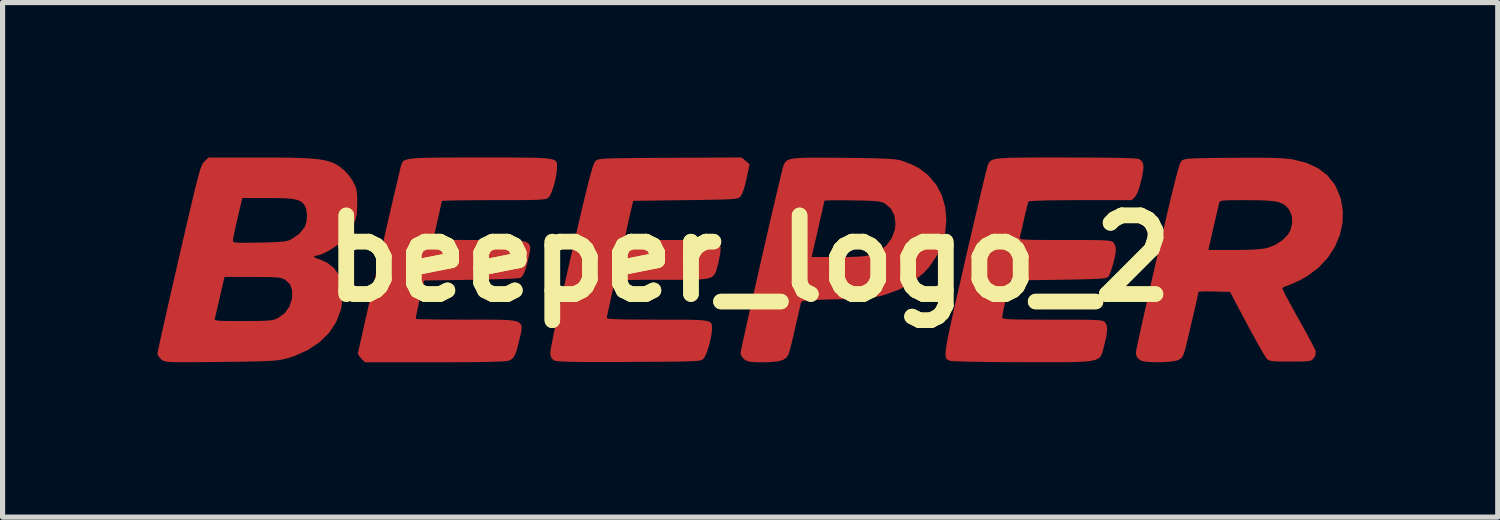
<source format=kicad_pcb>
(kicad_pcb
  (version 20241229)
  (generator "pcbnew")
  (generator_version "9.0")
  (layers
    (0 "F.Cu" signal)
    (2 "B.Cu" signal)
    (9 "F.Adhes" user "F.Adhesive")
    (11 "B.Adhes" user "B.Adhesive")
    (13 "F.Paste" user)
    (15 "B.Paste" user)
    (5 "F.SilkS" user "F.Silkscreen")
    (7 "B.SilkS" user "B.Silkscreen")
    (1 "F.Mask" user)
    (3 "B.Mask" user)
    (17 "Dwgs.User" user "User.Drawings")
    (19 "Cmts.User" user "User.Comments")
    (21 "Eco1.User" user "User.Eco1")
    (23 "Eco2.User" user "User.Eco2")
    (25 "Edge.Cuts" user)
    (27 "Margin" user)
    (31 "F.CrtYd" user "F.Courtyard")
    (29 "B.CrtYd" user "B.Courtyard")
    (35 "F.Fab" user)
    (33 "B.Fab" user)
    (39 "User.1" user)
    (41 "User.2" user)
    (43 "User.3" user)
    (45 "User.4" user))
  (footprint "beeper_logo_2"
    (layer "F.Cu")
    (at 11.46 1.957)
    (property "Reference" "beeper_logo_2" (at 0 0 0) (layer "F.SilkS") (effects (font (size 1.524 1.524) (thickness 0.3))))
    (attr board_only exclude_from_pos_files exclude_from_bom)
    (fp_poly (pts (xy 1.651 -1.951) (xy 1.842 -1.949) (xy 2.108 -1.946) (xy 2.325 -1.943) (xy 2.499 -1.939) (xy 2.637 -1.934) (xy 2.743 -1.928) (xy 2.826 -1.92) (xy 2.89 -1.911) (xy 2.942 -1.899) (xy 2.975 -1.889) (xy 3.155 -1.821) (xy 3.3 -1.744) (xy 3.432 -1.644) (xy 3.478 -1.603) (xy 3.628 -1.426) (xy 3.735 -1.223) (xy 3.8 -1) (xy 3.822 -0.764) (xy 3.803 -0.524) (xy 3.742 -0.285) (xy 3.639 -0.055) (xy 3.496 0.158) (xy 3.391 0.274) (xy 3.167 0.459) (xy 2.906 0.604) (xy 2.606 0.711) (xy 2.576 0.719) (xy 2.494 0.738) (xy 2.407 0.753) (xy 2.306 0.765) (xy 2.183 0.775) (xy 2.028 0.782) (xy 1.833 0.788) (xy 1.688 0.791) (xy 1.477 0.797) (xy 1.314 0.802) (xy 1.194 0.807) (xy 1.11 0.814) (xy 1.055 0.822) (xy 1.024 0.833) (xy 1.01 0.846) (xy 1.008 0.851) (xy 0.998 0.892) (xy 0.978 0.976) (xy 0.951 1.095) (xy 0.919 1.236) (xy 0.896 1.336) (xy 0.861 1.491) (xy 0.827 1.632) (xy 0.797 1.749) (xy 0.774 1.829) (xy 0.766 1.856) (xy 0.726 1.919) (xy 0.661 1.964) (xy 0.562 1.992) (xy 0.423 2.007) (xy 0.266 2.011) (xy 0.132 2.01) (xy 0.041 2.004) (xy -0.021 1.993) (xy -0.066 1.973) (xy -0.093 1.954) (xy -0.143 1.898) (xy -0.165 1.842) (xy -0.165 1.84) (xy -0.159 1.803) (xy -0.142 1.718) (xy -0.115 1.591) (xy -0.078 1.426) (xy -0.035 1.229) (xy 0.015 1.006) (xy 0.07 0.762) (xy 0.129 0.503) (xy 0.19 0.234) (xy 0.249 -0.028) (xy 1.211 -0.028) (xy 1.716 -0.028) (xy 1.932 -0.029) (xy 2.1 -0.035) (xy 2.227 -0.044) (xy 2.321 -0.059) (xy 2.359 -0.068) (xy 2.525 -0.143) (xy 2.663 -0.256) (xy 2.765 -0.397) (xy 2.825 -0.558) (xy 2.837 -0.671) (xy 2.816 -0.832) (xy 2.751 -0.961) (xy 2.649 -1.053) (xy 2.611 -1.075) (xy 2.571 -1.091) (xy 2.519 -1.103) (xy 2.449 -1.111) (xy 2.35 -1.117) (xy 2.214 -1.121) (xy 2.033 -1.124) (xy 2.004 -1.125) (xy 1.838 -1.127) (xy 1.692 -1.127) (xy 1.575 -1.126) (xy 1.495 -1.123) (xy 1.461 -1.119) (xy 1.46 -1.119) (xy 1.454 -1.089) (xy 1.438 -1.015) (xy 1.414 -0.907) (xy 1.383 -0.772) (xy 1.349 -0.621) (xy 1.313 -0.463) (xy 1.277 -0.308) (xy 1.243 -0.164) (xy 1.226 -0.09) (xy 1.211 -0.028) (xy 0.249 -0.028) (xy 0.252 -0.039) (xy 0.314 -0.311) (xy 0.375 -0.576) (xy 0.434 -0.829) (xy 0.489 -1.064) (xy 0.539 -1.277) (xy 0.582 -1.46) (xy 0.618 -1.61) (xy 0.645 -1.72) (xy 0.662 -1.785) (xy 0.667 -1.799) (xy 0.684 -1.839) (xy 0.705 -1.872) (xy 0.736 -1.899) (xy 0.781 -1.919) (xy 0.845 -1.934) (xy 0.935 -1.944) (xy 1.055 -1.95) (xy 1.211 -1.953) (xy 1.408 -1.953)) (stroke (width 0) (type solid)) (fill yes) (layer "F.Cu"))
    (fp_poly (pts (xy -0.066 -1.891) (xy 0.011 -1.825) (xy -0.05 -1.539) (xy -0.09 -1.376) (xy -0.13 -1.262) (xy -0.167 -1.199) (xy -0.167 -1.198) (xy -0.183 -1.184) (xy -0.205 -1.172) (xy -0.238 -1.163) (xy -0.287 -1.155) (xy -0.359 -1.149) (xy -0.457 -1.144) (xy -0.589 -1.14) (xy -0.759 -1.137) (xy -0.973 -1.133) (xy -1.233 -1.13) (xy -2.243 -1.116) (xy -2.319 -0.799) (xy -2.349 -0.668) (xy -2.373 -0.552) (xy -2.39 -0.465) (xy -2.396 -0.42) (xy -2.397 -0.358) (xy -1.522 -0.358) (xy -1.307 -0.357) (xy -1.109 -0.355) (xy -0.935 -0.352) (xy -0.792 -0.348) (xy -0.687 -0.344) (xy -0.626 -0.339) (xy -0.615 -0.336) (xy -0.57 -0.289) (xy -0.55 -0.215) (xy -0.555 -0.108) (xy -0.585 0.041) (xy -0.591 0.067) (xy -0.613 0.157) (xy -0.632 0.23) (xy -0.655 0.288) (xy -0.686 0.332) (xy -0.732 0.365) (xy -0.797 0.387) (xy -0.889 0.401) (xy -1.012 0.409) (xy -1.171 0.413) (xy -1.374 0.414) (xy -1.625 0.413) (xy -1.682 0.413) (xy -1.929 0.413) (xy -2.128 0.414) (xy -2.282 0.416) (xy -2.398 0.418) (xy -2.482 0.423) (xy -2.538 0.428) (xy -2.573 0.436) (xy -2.591 0.446) (xy -2.6 0.459) (xy -2.6 0.461) (xy -2.615 0.517) (xy -2.637 0.607) (xy -2.663 0.72) (xy -2.69 0.841) (xy -2.716 0.959) (xy -2.737 1.059) (xy -2.751 1.129) (xy -2.755 1.155) (xy -2.733 1.164) (xy -2.665 1.171) (xy -2.549 1.177) (xy -2.385 1.181) (xy -2.17 1.183) (xy -1.902 1.184) (xy -1.779 1.185) (xy -1.509 1.185) (xy -1.289 1.185) (xy -1.115 1.188) (xy -0.979 1.192) (xy -0.879 1.2) (xy -0.808 1.212) (xy -0.761 1.229) (xy -0.734 1.252) (xy -0.721 1.281) (xy -0.717 1.318) (xy -0.716 1.359) (xy -0.725 1.458) (xy -0.748 1.578) (xy -0.78 1.702) (xy -0.817 1.816) (xy -0.855 1.902) (xy -0.879 1.938) (xy -0.893 1.952) (xy -0.911 1.963) (xy -0.935 1.972) (xy -0.972 1.98) (xy -1.025 1.986) (xy -1.1 1.99) (xy -1.201 1.994) (xy -1.333 1.997) (xy -1.501 1.999) (xy -1.709 2.001) (xy -1.962 2.002) (xy -2.264 2.004) (xy -2.322 2.004) (xy -2.651 2.006) (xy -2.929 2.006) (xy -3.16 2.005) (xy -3.348 2.004) (xy -3.496 2.001) (xy -3.609 1.997) (xy -3.69 1.991) (xy -3.743 1.985) (xy -3.773 1.977) (xy -3.774 1.976) (xy -3.823 1.937) (xy -3.846 1.873) (xy -3.85 1.831) (xy -3.845 1.783) (xy -3.828 1.684) (xy -3.8 1.539) (xy -3.761 1.35) (xy -3.712 1.122) (xy -3.653 0.857) (xy -3.587 0.559) (xy -3.513 0.232) (xy -3.448 -0.05) (xy -3.364 -0.414) (xy -3.291 -0.727) (xy -3.228 -0.994) (xy -3.174 -1.218) (xy -3.129 -1.402) (xy -3.091 -1.55) (xy -3.059 -1.667) (xy -3.034 -1.754) (xy -3.012 -1.816) (xy -2.995 -1.857) (xy -2.981 -1.88) (xy -2.979 -1.882) (xy -2.964 -1.896) (xy -2.948 -1.907) (xy -2.924 -1.916) (xy -2.888 -1.924) (xy -2.836 -1.93) (xy -2.763 -1.935) (xy -2.664 -1.939) (xy -2.534 -1.942) (xy -2.37 -1.944) (xy -2.165 -1.946) (xy -1.916 -1.948) (xy -1.618 -1.949) (xy -1.531 -1.95) (xy -0.143 -1.957)) (stroke (width 0) (type solid)) (fill yes) (layer "F.Cu"))
    (fp_poly (pts (xy -4.605 -1.956) (xy -4.379 -1.954) (xy -4.195 -1.952) (xy -4.049 -1.947) (xy -3.936 -1.94) (xy -3.852 -1.929) (xy -3.793 -1.915) (xy -3.755 -1.897) (xy -3.733 -1.874) (xy -3.722 -1.846) (xy -3.719 -1.812) (xy -3.719 -1.772) (xy -3.719 -1.768) (xy -3.728 -1.66) (xy -3.75 -1.535) (xy -3.782 -1.409) (xy -3.82 -1.297) (xy -3.858 -1.213) (xy -3.885 -1.178) (xy -3.905 -1.166) (xy -3.932 -1.155) (xy -3.972 -1.147) (xy -4.032 -1.141) (xy -4.115 -1.136) (xy -4.229 -1.133) (xy -4.378 -1.131) (xy -4.568 -1.13) (xy -4.805 -1.13) (xy -4.948 -1.13) (xy -5.177 -1.129) (xy -5.387 -1.128) (xy -5.573 -1.126) (xy -5.729 -1.123) (xy -5.848 -1.12) (xy -5.924 -1.117) (xy -5.951 -1.113) (xy -5.951 -1.113) (xy -5.956 -1.082) (xy -5.973 -1.007) (xy -5.997 -0.9) (xy -6.026 -0.77) (xy -6.033 -0.739) (xy -6.064 -0.607) (xy -6.089 -0.494) (xy -6.107 -0.413) (xy -6.116 -0.372) (xy -6.116 -0.37) (xy -6.089 -0.367) (xy -6.014 -0.364) (xy -5.897 -0.362) (xy -5.744 -0.36) (xy -5.562 -0.359) (xy -5.358 -0.358) (xy -5.225 -0.358) (xy -4.958 -0.358) (xy -4.742 -0.357) (xy -4.572 -0.354) (xy -4.443 -0.345) (xy -4.349 -0.329) (xy -4.287 -0.304) (xy -4.252 -0.268) (xy -4.238 -0.219) (xy -4.242 -0.154) (xy -4.258 -0.073) (xy -4.282 0.027) (xy -4.284 0.04) (xy -4.323 0.187) (xy -4.359 0.288) (xy -4.397 0.35) (xy -4.432 0.377) (xy -4.47 0.383) (xy -4.555 0.389) (xy -4.682 0.395) (xy -4.844 0.401) (xy -5.034 0.406) (xy -5.244 0.411) (xy -5.385 0.413) (xy -6.293 0.427) (xy -6.38 0.791) (xy -6.41 0.926) (xy -6.434 1.04) (xy -6.449 1.123) (xy -6.453 1.167) (xy -6.452 1.17) (xy -6.422 1.174) (xy -6.343 1.177) (xy -6.222 1.179) (xy -6.065 1.182) (xy -5.878 1.183) (xy -5.667 1.184) (xy -5.468 1.185) (xy -5.19 1.184) (xy -4.963 1.185) (xy -4.782 1.188) (xy -4.642 1.195) (xy -4.539 1.21) (xy -4.469 1.232) (xy -4.426 1.266) (xy -4.406 1.312) (xy -4.405 1.372) (xy -4.418 1.449) (xy -4.441 1.544) (xy -4.46 1.62) (xy -4.495 1.759) (xy -4.527 1.854) (xy -4.561 1.916) (xy -4.602 1.954) (xy -4.656 1.98) (xy -4.659 1.981) (xy -4.709 1.989) (xy -4.81 1.996) (xy -4.961 2.001) (xy -5.165 2.006) (xy -5.421 2.009) (xy -5.73 2.01) (xy -6.094 2.011) (xy -7.441 2.011) (xy -7.508 1.943) (xy -7.554 1.888) (xy -7.576 1.844) (xy -7.576 1.841) (xy -7.57 1.809) (xy -7.553 1.728) (xy -7.525 1.605) (xy -7.489 1.444) (xy -7.446 1.251) (xy -7.396 1.031) (xy -7.341 0.79) (xy -7.282 0.533) (xy -7.221 0.265) (xy -7.159 -0.007) (xy -7.096 -0.28) (xy -7.034 -0.547) (xy -6.975 -0.803) (xy -6.92 -1.042) (xy -6.869 -1.26) (xy -6.824 -1.45) (xy -6.787 -1.608) (xy -6.759 -1.727) (xy -6.74 -1.804) (xy -6.732 -1.831) (xy -6.72 -1.858) (xy -6.703 -1.881) (xy -6.677 -1.9) (xy -6.637 -1.916) (xy -6.579 -1.928) (xy -6.498 -1.938) (xy -6.391 -1.945) (xy -6.251 -1.95) (xy -6.076 -1.953) (xy -5.86 -1.955) (xy -5.599 -1.956) (xy -5.288 -1.956) (xy -5.2 -1.956) (xy -4.877 -1.956)) (stroke (width 0) (type solid)) (fill yes) (layer "F.Cu"))
    (fp_poly (pts (xy 6.482 -1.955) (xy 6.781 -1.954) (xy 7.034 -1.951) (xy 7.239 -1.947) (xy 7.393 -1.942) (xy 7.497 -1.936) (xy 7.547 -1.929) (xy 7.55 -1.928) (xy 7.603 -1.891) (xy 7.633 -1.842) (xy 7.642 -1.771) (xy 7.631 -1.669) (xy 7.601 -1.524) (xy 7.6 -1.522) (xy 7.558 -1.362) (xy 7.516 -1.253) (xy 7.476 -1.192) (xy 7.413 -1.13) (xy 6.422 -1.13) (xy 6.173 -1.129) (xy 5.951 -1.127) (xy 5.761 -1.124) (xy 5.607 -1.119) (xy 5.495 -1.114) (xy 5.43 -1.108) (xy 5.415 -1.104) (xy 5.403 -1.068) (xy 5.382 -0.99) (xy 5.356 -0.882) (xy 5.329 -0.766) (xy 5.3 -0.638) (xy 5.274 -0.526) (xy 5.255 -0.444) (xy 5.245 -0.406) (xy 5.244 -0.393) (xy 5.253 -0.383) (xy 5.278 -0.374) (xy 5.324 -0.368) (xy 5.396 -0.364) (xy 5.501 -0.361) (xy 5.643 -0.359) (xy 5.828 -0.358) (xy 6.061 -0.358) (xy 6.123 -0.358) (xy 6.37 -0.358) (xy 6.567 -0.357) (xy 6.721 -0.356) (xy 6.837 -0.353) (xy 6.922 -0.348) (xy 6.981 -0.342) (xy 7.019 -0.334) (xy 7.044 -0.323) (xy 7.06 -0.31) (xy 7.062 -0.308) (xy 7.096 -0.243) (xy 7.107 -0.177) (xy 7.099 -0.094) (xy 7.077 0.012) (xy 7.047 0.127) (xy 7.014 0.234) (xy 6.981 0.317) (xy 6.957 0.355) (xy 6.939 0.368) (xy 6.907 0.378) (xy 6.856 0.386) (xy 6.781 0.393) (xy 6.676 0.398) (xy 6.535 0.403) (xy 6.354 0.407) (xy 6.125 0.411) (xy 5.985 0.413) (xy 5.057 0.427) (xy 4.981 0.758) (xy 4.952 0.889) (xy 4.927 1.005) (xy 4.911 1.091) (xy 4.904 1.136) (xy 4.904 1.136) (xy 4.907 1.149) (xy 4.919 1.159) (xy 4.947 1.168) (xy 4.994 1.174) (xy 5.067 1.178) (xy 5.17 1.181) (xy 5.31 1.183) (xy 5.491 1.184) (xy 5.719 1.185) (xy 5.877 1.185) (xy 6.136 1.185) (xy 6.345 1.185) (xy 6.509 1.187) (xy 6.636 1.189) (xy 6.73 1.193) (xy 6.796 1.199) (xy 6.841 1.206) (xy 6.87 1.215) (xy 6.889 1.227) (xy 6.897 1.235) (xy 6.928 1.293) (xy 6.937 1.378) (xy 6.924 1.496) (xy 6.888 1.656) (xy 6.878 1.694) (xy 6.86 1.763) (xy 6.845 1.821) (xy 6.826 1.869) (xy 6.801 1.909) (xy 6.764 1.94) (xy 6.71 1.964) (xy 6.636 1.982) (xy 6.538 1.995) (xy 6.409 2.003) (xy 6.246 2.008) (xy 6.045 2.01) (xy 5.8 2.01) (xy 5.508 2.01) (xy 5.289 2.009) (xy 5.021 2.008) (xy 4.769 2.007) (xy 4.538 2.004) (xy 4.333 2.001) (xy 4.161 1.997) (xy 4.026 1.993) (xy 3.935 1.988) (xy 3.894 1.984) (xy 3.893 1.983) (xy 3.866 1.972) (xy 3.843 1.96) (xy 3.825 1.942) (xy 3.813 1.916) (xy 3.807 1.877) (xy 3.808 1.821) (xy 3.815 1.745) (xy 3.831 1.645) (xy 3.855 1.517) (xy 3.888 1.358) (xy 3.93 1.163) (xy 3.983 0.928) (xy 4.046 0.65) (xy 4.121 0.326) (xy 4.187 0.036) (xy 4.258 -0.271) (xy 4.326 -0.564) (xy 4.39 -0.837) (xy 4.449 -1.086) (xy 4.501 -1.307) (xy 4.546 -1.494) (xy 4.582 -1.643) (xy 4.609 -1.75) (xy 4.626 -1.81) (xy 4.63 -1.821) (xy 4.646 -1.851) (xy 4.664 -1.876) (xy 4.687 -1.897) (xy 4.721 -1.913) (xy 4.769 -1.927) (xy 4.838 -1.937) (xy 4.931 -1.944) (xy 5.052 -1.95) (xy 5.207 -1.953) (xy 5.401 -1.955) (xy 5.637 -1.956) (xy 5.92 -1.956) (xy 6.138 -1.956)) (stroke (width 0) (type solid)) (fill yes) (layer "F.Cu"))
    (fp_poly (pts (xy 9.889 -1.952) (xy 10.081 -1.95) (xy 10.236 -1.945) (xy 10.36 -1.939) (xy 10.46 -1.93) (xy 10.535 -1.919) (xy 10.798 -1.852) (xy 11.02 -1.751) (xy 11.2 -1.614) (xy 11.339 -1.442) (xy 11.372 -1.385) (xy 11.463 -1.158) (xy 11.504 -0.922) (xy 11.496 -0.683) (xy 11.443 -0.447) (xy 11.346 -0.22) (xy 11.209 -0.01) (xy 11.032 0.178) (xy 10.819 0.338) (xy 10.703 0.404) (xy 10.594 0.457) (xy 10.495 0.501) (xy 10.423 0.529) (xy 10.407 0.534) (xy 10.352 0.557) (xy 10.331 0.582) (xy 10.344 0.614) (xy 10.38 0.687) (xy 10.437 0.793) (xy 10.509 0.925) (xy 10.593 1.078) (xy 10.647 1.174) (xy 10.738 1.337) (xy 10.82 1.486) (xy 10.889 1.615) (xy 10.941 1.716) (xy 10.973 1.781) (xy 10.979 1.799) (xy 10.972 1.879) (xy 10.941 1.93) (xy 10.918 1.956) (xy 10.891 1.975) (xy 10.852 1.986) (xy 10.79 1.993) (xy 10.696 1.996) (xy 10.561 1.997) (xy 10.486 1.997) (xy 10.327 1.997) (xy 10.214 1.994) (xy 10.138 1.988) (xy 10.087 1.978) (xy 10.054 1.963) (xy 10.03 1.942) (xy 10.003 1.903) (xy 9.954 1.823) (xy 9.888 1.708) (xy 9.809 1.566) (xy 9.72 1.405) (xy 9.646 1.267) (xy 9.317 0.647) (xy 9.011 0.64) (xy 8.889 0.638) (xy 8.79 0.639) (xy 8.725 0.643) (xy 8.705 0.649) (xy 8.699 0.683) (xy 8.683 0.762) (xy 8.658 0.874) (xy 8.627 1.01) (xy 8.592 1.16) (xy 8.556 1.314) (xy 8.521 1.463) (xy 8.489 1.596) (xy 8.463 1.704) (xy 8.444 1.777) (xy 8.441 1.786) (xy 8.411 1.876) (xy 8.376 1.93) (xy 8.323 1.964) (xy 8.306 1.972) (xy 8.233 1.99) (xy 8.125 2.002) (xy 7.997 2.009) (xy 7.864 2.01) (xy 7.741 2.005) (xy 7.644 1.994) (xy 7.59 1.978) (xy 7.522 1.924) (xy 7.495 1.855) (xy 7.494 1.823) (xy 7.5 1.786) (xy 7.517 1.7) (xy 7.545 1.569) (xy 7.582 1.399) (xy 7.628 1.193) (xy 7.681 0.956) (xy 7.74 0.694) (xy 7.804 0.41) (xy 7.873 0.109) (xy 7.906 -0.035) (xy 7.936 -0.165) (xy 8.897 -0.165) (xy 9.399 -0.165) (xy 9.606 -0.167) (xy 9.768 -0.172) (xy 9.893 -0.181) (xy 9.991 -0.194) (xy 10.059 -0.21) (xy 10.204 -0.269) (xy 10.334 -0.356) (xy 10.436 -0.459) (xy 10.486 -0.542) (xy 10.523 -0.688) (xy 10.515 -0.826) (xy 10.463 -0.946) (xy 10.442 -0.972) (xy 10.392 -1.023) (xy 10.334 -1.061) (xy 10.262 -1.09) (xy 10.168 -1.109) (xy 10.043 -1.121) (xy 9.88 -1.127) (xy 9.672 -1.129) (xy 9.633 -1.13) (xy 9.453 -1.129) (xy 9.321 -1.128) (xy 9.229 -1.125) (xy 9.169 -1.12) (xy 9.134 -1.11) (xy 9.116 -1.097) (xy 9.108 -1.077) (xy 9.105 -1.068) (xy 9.094 -1.018) (xy 9.073 -0.927) (xy 9.045 -0.807) (xy 9.014 -0.67) (xy 9.008 -0.647) (xy 8.976 -0.509) (xy 8.948 -0.385) (xy 8.926 -0.289) (xy 8.913 -0.232) (xy 8.912 -0.227) (xy 8.897 -0.165) (xy 7.936 -0.165) (xy 7.992 -0.407) (xy 8.067 -0.728) (xy 8.131 -1.002) (xy 8.186 -1.232) (xy 8.233 -1.421) (xy 8.272 -1.574) (xy 8.304 -1.692) (xy 8.33 -1.779) (xy 8.35 -1.839) (xy 8.367 -1.875) (xy 8.375 -1.886) (xy 8.392 -1.901) (xy 8.414 -1.913) (xy 8.447 -1.923) (xy 8.495 -1.93) (xy 8.566 -1.936) (xy 8.665 -1.94) (xy 8.798 -1.944) (xy 8.969 -1.946) (xy 9.187 -1.949) (xy 9.37 -1.95) (xy 9.654 -1.952)) (stroke (width 0) (type solid)) (fill yes) (layer "F.Cu"))
    (fp_poly (pts (xy -9.469 -1.955) (xy -9.157 -1.955) (xy -8.894 -1.952) (xy -8.676 -1.946) (xy -8.495 -1.937) (xy -8.347 -1.923) (xy -8.226 -1.904) (xy -8.126 -1.878) (xy -8.042 -1.846) (xy -7.968 -1.805) (xy -7.899 -1.756) (xy -7.836 -1.703) (xy -7.765 -1.626) (xy -7.694 -1.528) (xy -7.664 -1.476) (xy -7.628 -1.402) (xy -7.606 -1.334) (xy -7.594 -1.253) (xy -7.59 -1.144) (xy -7.59 -1.074) (xy -7.593 -0.941) (xy -7.602 -0.843) (xy -7.621 -0.763) (xy -7.653 -0.679) (xy -7.667 -0.647) (xy -7.731 -0.534) (xy -7.815 -0.416) (xy -7.873 -0.348) (xy -7.961 -0.271) (xy -8.069 -0.194) (xy -8.184 -0.127) (xy -8.289 -0.078) (xy -8.371 -0.056) (xy -8.382 -0.055) (xy -8.426 -0.047) (xy -8.423 -0.028) (xy -8.379 -0.003) (xy -8.308 0.021) (xy -8.166 0.085) (xy -8.039 0.189) (xy -7.944 0.319) (xy -7.928 0.352) (xy -7.896 0.465) (xy -7.878 0.611) (xy -7.877 0.77) (xy -7.892 0.923) (xy -7.908 0.997) (xy -7.997 1.231) (xy -8.135 1.44) (xy -8.317 1.62) (xy -8.54 1.771) (xy -8.802 1.888) (xy -8.949 1.935) (xy -9.007 1.949) (xy -9.066 1.962) (xy -9.132 1.972) (xy -9.211 1.979) (xy -9.31 1.986) (xy -9.434 1.991) (xy -9.591 1.995) (xy -9.786 1.999) (xy -10.025 2.002) (xy -10.234 2.004) (xy -10.506 2.007) (xy -10.728 2.009) (xy -10.905 2.01) (xy -11.044 2.01) (xy -11.15 2.008) (xy -11.227 2.005) (xy -11.283 1.999) (xy -11.321 1.991) (xy -11.348 1.981) (xy -11.369 1.968) (xy -11.385 1.957) (xy -11.436 1.902) (xy -11.46 1.849) (xy -11.46 1.845) (xy -11.454 1.81) (xy -11.437 1.726) (xy -11.409 1.597) (xy -11.371 1.428) (xy -11.326 1.224) (xy -11.316 1.18) (xy -10.35 1.18) (xy -10.338 1.192) (xy -10.307 1.201) (xy -10.25 1.207) (xy -10.159 1.21) (xy -10.028 1.212) (xy -9.851 1.212) (xy -9.804 1.212) (xy -9.612 1.212) (xy -9.467 1.21) (xy -9.359 1.206) (xy -9.28 1.199) (xy -9.221 1.189) (xy -9.173 1.175) (xy -9.128 1.155) (xy -9.126 1.154) (xy -8.998 1.063) (xy -8.905 0.935) (xy -8.855 0.783) (xy -8.85 0.75) (xy -8.853 0.608) (xy -8.894 0.5) (xy -8.975 0.421) (xy -8.987 0.413) (xy -9.023 0.394) (xy -9.064 0.38) (xy -9.118 0.37) (xy -9.195 0.364) (xy -9.302 0.36) (xy -9.449 0.359) (xy -9.619 0.358) (xy -10.161 0.358) (xy -10.248 0.737) (xy -10.281 0.878) (xy -10.31 1.002) (xy -10.332 1.099) (xy -10.347 1.156) (xy -10.349 1.164) (xy -10.35 1.18) (xy -11.316 1.18) (xy -11.273 0.989) (xy -11.213 0.727) (xy -11.149 0.444) (xy -11.08 0.144) (xy -11.045 -0.006) (xy -10.966 -0.349) (xy -9.999 -0.349) (xy -9.996 -0.331) (xy -9.983 -0.318) (xy -9.951 -0.31) (xy -9.894 -0.305) (xy -9.805 -0.303) (xy -9.675 -0.305) (xy -9.498 -0.308) (xy -9.484 -0.308) (xy -9.295 -0.312) (xy -9.153 -0.318) (xy -9.048 -0.325) (xy -8.973 -0.335) (xy -8.918 -0.349) (xy -8.875 -0.367) (xy -8.871 -0.369) (xy -8.716 -0.475) (xy -8.612 -0.602) (xy -8.603 -0.618) (xy -8.572 -0.718) (xy -8.563 -0.837) (xy -8.577 -0.951) (xy -8.607 -1.026) (xy -8.645 -1.074) (xy -8.692 -1.11) (xy -8.757 -1.136) (xy -8.847 -1.154) (xy -8.97 -1.165) (xy -9.134 -1.17) (xy -9.323 -1.171) (xy -9.816 -1.171) (xy -9.907 -0.785) (xy -9.939 -0.643) (xy -9.967 -0.517) (xy -9.987 -0.418) (xy -9.998 -0.358) (xy -9.999 -0.349) (xy -10.966 -0.349) (xy -10.963 -0.361) (xy -10.892 -0.667) (xy -10.832 -0.926) (xy -10.78 -1.144) (xy -10.737 -1.324) (xy -10.701 -1.47) (xy -10.67 -1.586) (xy -10.645 -1.676) (xy -10.624 -1.744) (xy -10.605 -1.793) (xy -10.589 -1.829) (xy -10.573 -1.854) (xy -10.557 -1.872) (xy -10.549 -1.88) (xy -10.468 -1.956)) (stroke (width 0) (type solid)) (fill yes) (layer "F.Cu"))
    (fp_poly (pts (xy 1.651 -1.951) (xy 1.842 -1.949) (xy 2.108 -1.946) (xy 2.325 -1.943) (xy 2.499 -1.939) (xy 2.637 -1.934) (xy 2.743 -1.928) (xy 2.826 -1.92) (xy 2.89 -1.911) (xy 2.942 -1.899) (xy 2.975 -1.889) (xy 3.155 -1.821) (xy 3.3 -1.744) (xy 3.432 -1.644) (xy 3.478 -1.603) (xy 3.628 -1.426) (xy 3.735 -1.223) (xy 3.8 -1) (xy 3.822 -0.764) (xy 3.803 -0.524) (xy 3.742 -0.285) (xy 3.639 -0.055) (xy 3.496 0.158) (xy 3.391 0.274) (xy 3.167 0.459) (xy 2.906 0.604) (xy 2.606 0.711) (xy 2.576 0.719) (xy 2.494 0.738) (xy 2.407 0.753) (xy 2.306 0.765) (xy 2.183 0.775) (xy 2.028 0.782) (xy 1.833 0.788) (xy 1.688 0.791) (xy 1.477 0.797) (xy 1.314 0.802) (xy 1.194 0.807) (xy 1.11 0.814) (xy 1.055 0.822) (xy 1.024 0.833) (xy 1.01 0.846) (xy 1.008 0.851) (xy 0.998 0.892) (xy 0.978 0.976) (xy 0.951 1.095) (xy 0.919 1.236) (xy 0.896 1.336) (xy 0.861 1.491) (xy 0.827 1.632) (xy 0.797 1.749) (xy 0.774 1.829) (xy 0.766 1.856) (xy 0.726 1.919) (xy 0.661 1.964) (xy 0.562 1.992) (xy 0.423 2.007) (xy 0.266 2.011) (xy 0.132 2.01) (xy 0.041 2.004) (xy -0.021 1.993) (xy -0.066 1.973) (xy -0.093 1.954) (xy -0.143 1.898) (xy -0.165 1.842) (xy -0.165 1.84) (xy -0.159 1.803) (xy -0.142 1.718) (xy -0.115 1.591) (xy -0.078 1.426) (xy -0.035 1.229) (xy 0.015 1.006) (xy 0.07 0.762) (xy 0.129 0.503) (xy 0.19 0.234) (xy 0.249 -0.028) (xy 1.211 -0.028) (xy 1.716 -0.028) (xy 1.932 -0.029) (xy 2.1 -0.035) (xy 2.227 -0.044) (xy 2.321 -0.059) (xy 2.359 -0.068) (xy 2.525 -0.143) (xy 2.663 -0.256) (xy 2.765 -0.397) (xy 2.825 -0.558) (xy 2.837 -0.671) (xy 2.816 -0.832) (xy 2.751 -0.961) (xy 2.649 -1.053) (xy 2.611 -1.075) (xy 2.571 -1.091) (xy 2.519 -1.103) (xy 2.449 -1.111) (xy 2.35 -1.117) (xy 2.214 -1.121) (xy 2.033 -1.124) (xy 2.004 -1.125) (xy 1.838 -1.127) (xy 1.692 -1.127) (xy 1.575 -1.126) (xy 1.495 -1.123) (xy 1.461 -1.119) (xy 1.46 -1.119) (xy 1.454 -1.089) (xy 1.438 -1.015) (xy 1.414 -0.907) (xy 1.383 -0.772) (xy 1.349 -0.621) (xy 1.313 -0.463) (xy 1.277 -0.308) (xy 1.243 -0.164) (xy 1.226 -0.09) (xy 1.211 -0.028) (xy 0.249 -0.028) (xy 0.252 -0.039) (xy 0.314 -0.311) (xy 0.375 -0.576) (xy 0.434 -0.829) (xy 0.489 -1.064) (xy 0.539 -1.277) (xy 0.582 -1.46) (xy 0.618 -1.61) (xy 0.645 -1.72) (xy 0.662 -1.785) (xy 0.667 -1.799) (xy 0.684 -1.839) (xy 0.705 -1.872) (xy 0.736 -1.899) (xy 0.781 -1.919) (xy 0.845 -1.934) (xy 0.935 -1.944) (xy 1.055 -1.95) (xy 1.211 -1.953) (xy 1.408 -1.953)) (stroke (width 0) (type solid)) (fill yes) (layer "F.Mask"))
    (fp_poly (pts (xy -0.066 -1.891) (xy 0.011 -1.825) (xy -0.05 -1.539) (xy -0.09 -1.376) (xy -0.13 -1.262) (xy -0.167 -1.199) (xy -0.167 -1.198) (xy -0.183 -1.184) (xy -0.205 -1.172) (xy -0.238 -1.163) (xy -0.287 -1.155) (xy -0.359 -1.149) (xy -0.457 -1.144) (xy -0.589 -1.14) (xy -0.759 -1.137) (xy -0.973 -1.133) (xy -1.233 -1.13) (xy -2.243 -1.116) (xy -2.319 -0.799) (xy -2.349 -0.668) (xy -2.373 -0.552) (xy -2.39 -0.465) (xy -2.396 -0.42) (xy -2.397 -0.358) (xy -1.522 -0.358) (xy -1.307 -0.357) (xy -1.109 -0.355) (xy -0.935 -0.352) (xy -0.792 -0.348) (xy -0.687 -0.344) (xy -0.626 -0.339) (xy -0.615 -0.336) (xy -0.57 -0.289) (xy -0.55 -0.215) (xy -0.555 -0.108) (xy -0.585 0.041) (xy -0.591 0.067) (xy -0.613 0.157) (xy -0.632 0.23) (xy -0.655 0.288) (xy -0.686 0.332) (xy -0.732 0.365) (xy -0.797 0.387) (xy -0.889 0.401) (xy -1.012 0.409) (xy -1.171 0.413) (xy -1.374 0.414) (xy -1.625 0.413) (xy -1.682 0.413) (xy -1.929 0.413) (xy -2.128 0.414) (xy -2.282 0.416) (xy -2.398 0.418) (xy -2.482 0.423) (xy -2.538 0.428) (xy -2.573 0.436) (xy -2.591 0.446) (xy -2.6 0.459) (xy -2.6 0.461) (xy -2.615 0.517) (xy -2.637 0.607) (xy -2.663 0.72) (xy -2.69 0.841) (xy -2.716 0.959) (xy -2.737 1.059) (xy -2.751 1.129) (xy -2.755 1.155) (xy -2.733 1.164) (xy -2.665 1.171) (xy -2.549 1.177) (xy -2.385 1.181) (xy -2.17 1.183) (xy -1.902 1.184) (xy -1.779 1.185) (xy -1.509 1.185) (xy -1.289 1.185) (xy -1.115 1.188) (xy -0.979 1.192) (xy -0.879 1.2) (xy -0.808 1.212) (xy -0.761 1.229) (xy -0.734 1.252) (xy -0.721 1.281) (xy -0.717 1.318) (xy -0.716 1.359) (xy -0.725 1.458) (xy -0.748 1.578) (xy -0.78 1.702) (xy -0.817 1.816) (xy -0.855 1.902) (xy -0.879 1.938) (xy -0.893 1.952) (xy -0.911 1.963) (xy -0.935 1.972) (xy -0.972 1.98) (xy -1.025 1.986) (xy -1.1 1.99) (xy -1.201 1.994) (xy -1.333 1.997) (xy -1.501 1.999) (xy -1.709 2.001) (xy -1.962 2.002) (xy -2.264 2.004) (xy -2.322 2.004) (xy -2.651 2.006) (xy -2.929 2.006) (xy -3.16 2.005) (xy -3.348 2.004) (xy -3.496 2.001) (xy -3.609 1.997) (xy -3.69 1.991) (xy -3.743 1.985) (xy -3.773 1.977) (xy -3.774 1.976) (xy -3.823 1.937) (xy -3.846 1.873) (xy -3.85 1.831) (xy -3.845 1.783) (xy -3.828 1.684) (xy -3.8 1.539) (xy -3.761 1.35) (xy -3.712 1.122) (xy -3.653 0.857) (xy -3.587 0.559) (xy -3.513 0.232) (xy -3.448 -0.05) (xy -3.364 -0.414) (xy -3.291 -0.727) (xy -3.228 -0.994) (xy -3.174 -1.218) (xy -3.129 -1.402) (xy -3.091 -1.55) (xy -3.059 -1.667) (xy -3.034 -1.754) (xy -3.012 -1.816) (xy -2.995 -1.857) (xy -2.981 -1.88) (xy -2.979 -1.882) (xy -2.964 -1.896) (xy -2.948 -1.907) (xy -2.924 -1.916) (xy -2.888 -1.924) (xy -2.836 -1.93) (xy -2.763 -1.935) (xy -2.664 -1.939) (xy -2.534 -1.942) (xy -2.37 -1.944) (xy -2.165 -1.946) (xy -1.916 -1.948) (xy -1.618 -1.949) (xy -1.531 -1.95) (xy -0.143 -1.957)) (stroke (width 0) (type solid)) (fill yes) (layer "F.Mask"))
    (fp_poly (pts (xy -4.605 -1.956) (xy -4.379 -1.954) (xy -4.195 -1.952) (xy -4.049 -1.947) (xy -3.936 -1.94) (xy -3.852 -1.929) (xy -3.793 -1.915) (xy -3.755 -1.897) (xy -3.733 -1.874) (xy -3.722 -1.846) (xy -3.719 -1.812) (xy -3.719 -1.772) (xy -3.719 -1.768) (xy -3.728 -1.66) (xy -3.75 -1.535) (xy -3.782 -1.409) (xy -3.82 -1.297) (xy -3.858 -1.213) (xy -3.885 -1.178) (xy -3.905 -1.166) (xy -3.932 -1.155) (xy -3.972 -1.147) (xy -4.032 -1.141) (xy -4.115 -1.136) (xy -4.229 -1.133) (xy -4.378 -1.131) (xy -4.568 -1.13) (xy -4.805 -1.13) (xy -4.948 -1.13) (xy -5.177 -1.129) (xy -5.387 -1.128) (xy -5.573 -1.126) (xy -5.729 -1.123) (xy -5.848 -1.12) (xy -5.924 -1.117) (xy -5.951 -1.113) (xy -5.951 -1.113) (xy -5.956 -1.082) (xy -5.973 -1.007) (xy -5.997 -0.9) (xy -6.026 -0.77) (xy -6.033 -0.739) (xy -6.064 -0.607) (xy -6.089 -0.494) (xy -6.107 -0.413) (xy -6.116 -0.372) (xy -6.116 -0.37) (xy -6.089 -0.367) (xy -6.014 -0.364) (xy -5.897 -0.362) (xy -5.744 -0.36) (xy -5.562 -0.359) (xy -5.358 -0.358) (xy -5.225 -0.358) (xy -4.958 -0.358) (xy -4.742 -0.357) (xy -4.572 -0.354) (xy -4.443 -0.345) (xy -4.349 -0.329) (xy -4.287 -0.304) (xy -4.252 -0.268) (xy -4.238 -0.219) (xy -4.242 -0.154) (xy -4.258 -0.073) (xy -4.282 0.027) (xy -4.284 0.04) (xy -4.323 0.187) (xy -4.359 0.288) (xy -4.397 0.35) (xy -4.432 0.377) (xy -4.47 0.383) (xy -4.555 0.389) (xy -4.682 0.395) (xy -4.844 0.401) (xy -5.034 0.406) (xy -5.244 0.411) (xy -5.385 0.413) (xy -6.293 0.427) (xy -6.38 0.791) (xy -6.41 0.926) (xy -6.434 1.04) (xy -6.449 1.123) (xy -6.453 1.167) (xy -6.452 1.17) (xy -6.422 1.174) (xy -6.343 1.177) (xy -6.222 1.179) (xy -6.065 1.182) (xy -5.878 1.183) (xy -5.667 1.184) (xy -5.468 1.185) (xy -5.19 1.184) (xy -4.963 1.185) (xy -4.782 1.188) (xy -4.642 1.195) (xy -4.539 1.21) (xy -4.469 1.232) (xy -4.426 1.266) (xy -4.406 1.312) (xy -4.405 1.372) (xy -4.418 1.449) (xy -4.441 1.544) (xy -4.46 1.62) (xy -4.495 1.759) (xy -4.527 1.854) (xy -4.561 1.916) (xy -4.602 1.954) (xy -4.656 1.98) (xy -4.659 1.981) (xy -4.709 1.989) (xy -4.81 1.996) (xy -4.961 2.001) (xy -5.165 2.006) (xy -5.421 2.009) (xy -5.73 2.01) (xy -6.094 2.011) (xy -7.441 2.011) (xy -7.508 1.943) (xy -7.554 1.888) (xy -7.576 1.844) (xy -7.576 1.841) (xy -7.57 1.809) (xy -7.553 1.728) (xy -7.525 1.605) (xy -7.489 1.444) (xy -7.446 1.251) (xy -7.396 1.031) (xy -7.341 0.79) (xy -7.282 0.533) (xy -7.221 0.265) (xy -7.159 -0.007) (xy -7.096 -0.28) (xy -7.034 -0.547) (xy -6.975 -0.803) (xy -6.92 -1.042) (xy -6.869 -1.26) (xy -6.824 -1.45) (xy -6.787 -1.608) (xy -6.759 -1.727) (xy -6.74 -1.804) (xy -6.732 -1.831) (xy -6.72 -1.858) (xy -6.703 -1.881) (xy -6.677 -1.9) (xy -6.637 -1.916) (xy -6.579 -1.928) (xy -6.498 -1.938) (xy -6.391 -1.945) (xy -6.251 -1.95) (xy -6.076 -1.953) (xy -5.86 -1.955) (xy -5.599 -1.956) (xy -5.288 -1.956) (xy -5.2 -1.956) (xy -4.877 -1.956)) (stroke (width 0) (type solid)) (fill yes) (layer "F.Mask"))
    (fp_poly (pts (xy 6.482 -1.955) (xy 6.781 -1.954) (xy 7.034 -1.951) (xy 7.239 -1.947) (xy 7.393 -1.942) (xy 7.497 -1.936) (xy 7.547 -1.929) (xy 7.55 -1.928) (xy 7.603 -1.891) (xy 7.633 -1.842) (xy 7.642 -1.771) (xy 7.631 -1.669) (xy 7.601 -1.524) (xy 7.6 -1.522) (xy 7.558 -1.362) (xy 7.516 -1.253) (xy 7.476 -1.192) (xy 7.413 -1.13) (xy 6.422 -1.13) (xy 6.173 -1.129) (xy 5.951 -1.127) (xy 5.761 -1.124) (xy 5.607 -1.119) (xy 5.495 -1.114) (xy 5.43 -1.108) (xy 5.415 -1.104) (xy 5.403 -1.068) (xy 5.382 -0.99) (xy 5.356 -0.882) (xy 5.329 -0.766) (xy 5.3 -0.638) (xy 5.274 -0.526) (xy 5.255 -0.444) (xy 5.245 -0.406) (xy 5.244 -0.393) (xy 5.253 -0.383) (xy 5.278 -0.374) (xy 5.324 -0.368) (xy 5.396 -0.364) (xy 5.501 -0.361) (xy 5.643 -0.359) (xy 5.828 -0.358) (xy 6.061 -0.358) (xy 6.123 -0.358) (xy 6.37 -0.358) (xy 6.567 -0.357) (xy 6.721 -0.356) (xy 6.837 -0.353) (xy 6.922 -0.348) (xy 6.981 -0.342) (xy 7.019 -0.334) (xy 7.044 -0.323) (xy 7.06 -0.31) (xy 7.062 -0.308) (xy 7.096 -0.243) (xy 7.107 -0.177) (xy 7.099 -0.094) (xy 7.077 0.012) (xy 7.047 0.127) (xy 7.014 0.234) (xy 6.981 0.317) (xy 6.957 0.355) (xy 6.939 0.368) (xy 6.907 0.378) (xy 6.856 0.386) (xy 6.781 0.393) (xy 6.676 0.398) (xy 6.535 0.403) (xy 6.354 0.407) (xy 6.125 0.411) (xy 5.985 0.413) (xy 5.057 0.427) (xy 4.981 0.758) (xy 4.952 0.889) (xy 4.927 1.005) (xy 4.911 1.091) (xy 4.904 1.136) (xy 4.904 1.136) (xy 4.907 1.149) (xy 4.919 1.159) (xy 4.947 1.168) (xy 4.994 1.174) (xy 5.067 1.178) (xy 5.17 1.181) (xy 5.31 1.183) (xy 5.491 1.184) (xy 5.719 1.185) (xy 5.877 1.185) (xy 6.136 1.185) (xy 6.345 1.185) (xy 6.509 1.187) (xy 6.636 1.189) (xy 6.73 1.193) (xy 6.796 1.199) (xy 6.841 1.206) (xy 6.87 1.215) (xy 6.889 1.227) (xy 6.897 1.235) (xy 6.928 1.293) (xy 6.937 1.378) (xy 6.924 1.496) (xy 6.888 1.656) (xy 6.878 1.694) (xy 6.86 1.763) (xy 6.845 1.821) (xy 6.826 1.869) (xy 6.801 1.909) (xy 6.764 1.94) (xy 6.71 1.964) (xy 6.636 1.982) (xy 6.538 1.995) (xy 6.409 2.003) (xy 6.246 2.008) (xy 6.045 2.01) (xy 5.8 2.01) (xy 5.508 2.01) (xy 5.289 2.009) (xy 5.021 2.008) (xy 4.769 2.007) (xy 4.538 2.004) (xy 4.333 2.001) (xy 4.161 1.997) (xy 4.026 1.993) (xy 3.935 1.988) (xy 3.894 1.984) (xy 3.893 1.983) (xy 3.866 1.972) (xy 3.843 1.96) (xy 3.825 1.942) (xy 3.813 1.916) (xy 3.807 1.877) (xy 3.808 1.821) (xy 3.815 1.745) (xy 3.831 1.645) (xy 3.855 1.517) (xy 3.888 1.358) (xy 3.93 1.163) (xy 3.983 0.928) (xy 4.046 0.65) (xy 4.121 0.326) (xy 4.187 0.036) (xy 4.258 -0.271) (xy 4.326 -0.564) (xy 4.39 -0.837) (xy 4.449 -1.086) (xy 4.501 -1.307) (xy 4.546 -1.494) (xy 4.582 -1.643) (xy 4.609 -1.75) (xy 4.626 -1.81) (xy 4.63 -1.821) (xy 4.646 -1.851) (xy 4.664 -1.876) (xy 4.687 -1.897) (xy 4.721 -1.913) (xy 4.769 -1.927) (xy 4.838 -1.937) (xy 4.931 -1.944) (xy 5.052 -1.95) (xy 5.207 -1.953) (xy 5.401 -1.955) (xy 5.637 -1.956) (xy 5.92 -1.956) (xy 6.138 -1.956)) (stroke (width 0) (type solid)) (fill yes) (layer "F.Mask"))
    (fp_poly (pts (xy 9.889 -1.952) (xy 10.081 -1.95) (xy 10.236 -1.945) (xy 10.36 -1.939) (xy 10.46 -1.93) (xy 10.535 -1.919) (xy 10.798 -1.852) (xy 11.02 -1.751) (xy 11.2 -1.614) (xy 11.339 -1.442) (xy 11.372 -1.385) (xy 11.463 -1.158) (xy 11.504 -0.922) (xy 11.496 -0.683) (xy 11.443 -0.447) (xy 11.346 -0.22) (xy 11.209 -0.01) (xy 11.032 0.178) (xy 10.819 0.338) (xy 10.703 0.404) (xy 10.594 0.457) (xy 10.495 0.501) (xy 10.423 0.529) (xy 10.407 0.534) (xy 10.352 0.557) (xy 10.331 0.582) (xy 10.344 0.614) (xy 10.38 0.687) (xy 10.437 0.793) (xy 10.509 0.925) (xy 10.593 1.078) (xy 10.647 1.174) (xy 10.738 1.337) (xy 10.82 1.486) (xy 10.889 1.615) (xy 10.941 1.716) (xy 10.973 1.781) (xy 10.979 1.799) (xy 10.972 1.879) (xy 10.941 1.93) (xy 10.918 1.956) (xy 10.891 1.975) (xy 10.852 1.986) (xy 10.79 1.993) (xy 10.696 1.996) (xy 10.561 1.997) (xy 10.486 1.997) (xy 10.327 1.997) (xy 10.214 1.994) (xy 10.138 1.988) (xy 10.087 1.978) (xy 10.054 1.963) (xy 10.03 1.942) (xy 10.003 1.903) (xy 9.954 1.823) (xy 9.888 1.708) (xy 9.809 1.566) (xy 9.72 1.405) (xy 9.646 1.267) (xy 9.317 0.647) (xy 9.011 0.64) (xy 8.889 0.638) (xy 8.79 0.639) (xy 8.725 0.643) (xy 8.705 0.649) (xy 8.699 0.683) (xy 8.683 0.762) (xy 8.658 0.874) (xy 8.627 1.01) (xy 8.592 1.16) (xy 8.556 1.314) (xy 8.521 1.463) (xy 8.489 1.596) (xy 8.463 1.704) (xy 8.444 1.777) (xy 8.441 1.786) (xy 8.411 1.876) (xy 8.376 1.93) (xy 8.323 1.964) (xy 8.306 1.972) (xy 8.233 1.99) (xy 8.125 2.002) (xy 7.997 2.009) (xy 7.864 2.01) (xy 7.741 2.005) (xy 7.644 1.994) (xy 7.59 1.978) (xy 7.522 1.924) (xy 7.495 1.855) (xy 7.494 1.823) (xy 7.5 1.786) (xy 7.517 1.7) (xy 7.545 1.569) (xy 7.582 1.399) (xy 7.628 1.193) (xy 7.681 0.956) (xy 7.74 0.694) (xy 7.804 0.41) (xy 7.873 0.109) (xy 7.906 -0.035) (xy 7.936 -0.165) (xy 8.897 -0.165) (xy 9.399 -0.165) (xy 9.606 -0.167) (xy 9.768 -0.172) (xy 9.893 -0.181) (xy 9.991 -0.194) (xy 10.059 -0.21) (xy 10.204 -0.269) (xy 10.334 -0.356) (xy 10.436 -0.459) (xy 10.486 -0.542) (xy 10.523 -0.688) (xy 10.515 -0.826) (xy 10.463 -0.946) (xy 10.442 -0.972) (xy 10.392 -1.023) (xy 10.334 -1.061) (xy 10.262 -1.09) (xy 10.168 -1.109) (xy 10.043 -1.121) (xy 9.88 -1.127) (xy 9.672 -1.129) (xy 9.633 -1.13) (xy 9.453 -1.129) (xy 9.321 -1.128) (xy 9.229 -1.125) (xy 9.169 -1.12) (xy 9.134 -1.11) (xy 9.116 -1.097) (xy 9.108 -1.077) (xy 9.105 -1.068) (xy 9.094 -1.018) (xy 9.073 -0.927) (xy 9.045 -0.807) (xy 9.014 -0.67) (xy 9.008 -0.647) (xy 8.976 -0.509) (xy 8.948 -0.385) (xy 8.926 -0.289) (xy 8.913 -0.232) (xy 8.912 -0.227) (xy 8.897 -0.165) (xy 7.936 -0.165) (xy 7.992 -0.407) (xy 8.067 -0.728) (xy 8.131 -1.002) (xy 8.186 -1.232) (xy 8.233 -1.421) (xy 8.272 -1.574) (xy 8.304 -1.692) (xy 8.33 -1.779) (xy 8.35 -1.839) (xy 8.367 -1.875) (xy 8.375 -1.886) (xy 8.392 -1.901) (xy 8.414 -1.913) (xy 8.447 -1.923) (xy 8.495 -1.93) (xy 8.566 -1.936) (xy 8.665 -1.94) (xy 8.798 -1.944) (xy 8.969 -1.946) (xy 9.187 -1.949) (xy 9.37 -1.95) (xy 9.654 -1.952)) (stroke (width 0) (type solid)) (fill yes) (layer "F.Mask"))
    (fp_poly (pts (xy -9.469 -1.955) (xy -9.157 -1.955) (xy -8.894 -1.952) (xy -8.676 -1.946) (xy -8.495 -1.937) (xy -8.347 -1.923) (xy -8.226 -1.904) (xy -8.126 -1.878) (xy -8.042 -1.846) (xy -7.968 -1.805) (xy -7.899 -1.756) (xy -7.836 -1.703) (xy -7.765 -1.626) (xy -7.694 -1.528) (xy -7.664 -1.476) (xy -7.628 -1.402) (xy -7.606 -1.334) (xy -7.594 -1.253) (xy -7.59 -1.144) (xy -7.59 -1.074) (xy -7.593 -0.941) (xy -7.602 -0.843) (xy -7.621 -0.763) (xy -7.653 -0.679) (xy -7.667 -0.647) (xy -7.731 -0.534) (xy -7.815 -0.416) (xy -7.873 -0.348) (xy -7.961 -0.271) (xy -8.069 -0.194) (xy -8.184 -0.127) (xy -8.289 -0.078) (xy -8.371 -0.056) (xy -8.382 -0.055) (xy -8.426 -0.047) (xy -8.423 -0.028) (xy -8.379 -0.003) (xy -8.308 0.021) (xy -8.166 0.085) (xy -8.039 0.189) (xy -7.944 0.319) (xy -7.928 0.352) (xy -7.896 0.465) (xy -7.878 0.611) (xy -7.877 0.77) (xy -7.892 0.923) (xy -7.908 0.997) (xy -7.997 1.231) (xy -8.135 1.44) (xy -8.317 1.62) (xy -8.54 1.771) (xy -8.802 1.888) (xy -8.949 1.935) (xy -9.007 1.949) (xy -9.066 1.962) (xy -9.132 1.972) (xy -9.211 1.979) (xy -9.31 1.986) (xy -9.434 1.991) (xy -9.591 1.995) (xy -9.786 1.999) (xy -10.025 2.002) (xy -10.234 2.004) (xy -10.506 2.007) (xy -10.728 2.009) (xy -10.905 2.01) (xy -11.044 2.01) (xy -11.15 2.008) (xy -11.227 2.005) (xy -11.283 1.999) (xy -11.321 1.991) (xy -11.348 1.981) (xy -11.369 1.968) (xy -11.385 1.957) (xy -11.436 1.902) (xy -11.46 1.849) (xy -11.46 1.845) (xy -11.454 1.81) (xy -11.437 1.726) (xy -11.409 1.597) (xy -11.371 1.428) (xy -11.326 1.224) (xy -11.316 1.18) (xy -10.35 1.18) (xy -10.338 1.192) (xy -10.307 1.201) (xy -10.25 1.207) (xy -10.159 1.21) (xy -10.028 1.212) (xy -9.851 1.212) (xy -9.804 1.212) (xy -9.612 1.212) (xy -9.467 1.21) (xy -9.359 1.206) (xy -9.28 1.199) (xy -9.221 1.189) (xy -9.173 1.175) (xy -9.128 1.155) (xy -9.126 1.154) (xy -8.998 1.063) (xy -8.905 0.935) (xy -8.855 0.783) (xy -8.85 0.75) (xy -8.853 0.608) (xy -8.894 0.5) (xy -8.975 0.421) (xy -8.987 0.413) (xy -9.023 0.394) (xy -9.064 0.38) (xy -9.118 0.37) (xy -9.195 0.364) (xy -9.302 0.36) (xy -9.449 0.359) (xy -9.619 0.358) (xy -10.161 0.358) (xy -10.248 0.737) (xy -10.281 0.878) (xy -10.31 1.002) (xy -10.332 1.099) (xy -10.347 1.156) (xy -10.349 1.164) (xy -10.35 1.18) (xy -11.316 1.18) (xy -11.273 0.989) (xy -11.213 0.727) (xy -11.149 0.444) (xy -11.08 0.144) (xy -11.045 -0.006) (xy -10.966 -0.349) (xy -9.999 -0.349) (xy -9.996 -0.331) (xy -9.983 -0.318) (xy -9.951 -0.31) (xy -9.894 -0.305) (xy -9.805 -0.303) (xy -9.675 -0.305) (xy -9.498 -0.308) (xy -9.484 -0.308) (xy -9.295 -0.312) (xy -9.153 -0.318) (xy -9.048 -0.325) (xy -8.973 -0.335) (xy -8.918 -0.349) (xy -8.875 -0.367) (xy -8.871 -0.369) (xy -8.716 -0.475) (xy -8.612 -0.602) (xy -8.603 -0.618) (xy -8.572 -0.718) (xy -8.563 -0.837) (xy -8.577 -0.951) (xy -8.607 -1.026) (xy -8.645 -1.074) (xy -8.692 -1.11) (xy -8.757 -1.136) (xy -8.847 -1.154) (xy -8.97 -1.165) (xy -9.134 -1.17) (xy -9.323 -1.171) (xy -9.816 -1.171) (xy -9.907 -0.785) (xy -9.939 -0.643) (xy -9.967 -0.517) (xy -9.987 -0.418) (xy -9.998 -0.358) (xy -9.999 -0.349) (xy -10.966 -0.349) (xy -10.963 -0.361) (xy -10.892 -0.667) (xy -10.832 -0.926) (xy -10.78 -1.144) (xy -10.737 -1.324) (xy -10.701 -1.47) (xy -10.67 -1.586) (xy -10.645 -1.676) (xy -10.624 -1.744) (xy -10.605 -1.793) (xy -10.589 -1.829) (xy -10.573 -1.854) (xy -10.557 -1.872) (xy -10.549 -1.88) (xy -10.468 -1.956)) (stroke (width 0) (type solid)) (fill yes) (layer "F.Mask"))
    (fp_text user "${REFERENCE}" (at 0 0 0) (layer "F.SilkS") (effects (font (size 1.524 1.524) (thickness 0.3)))))
  (gr_rect
    (start -3 -3)
    (end 25.964 6.968)
    (stroke (width 0.1) (type default))
    (fill no)
    (layer "Edge.Cuts")))
</source>
